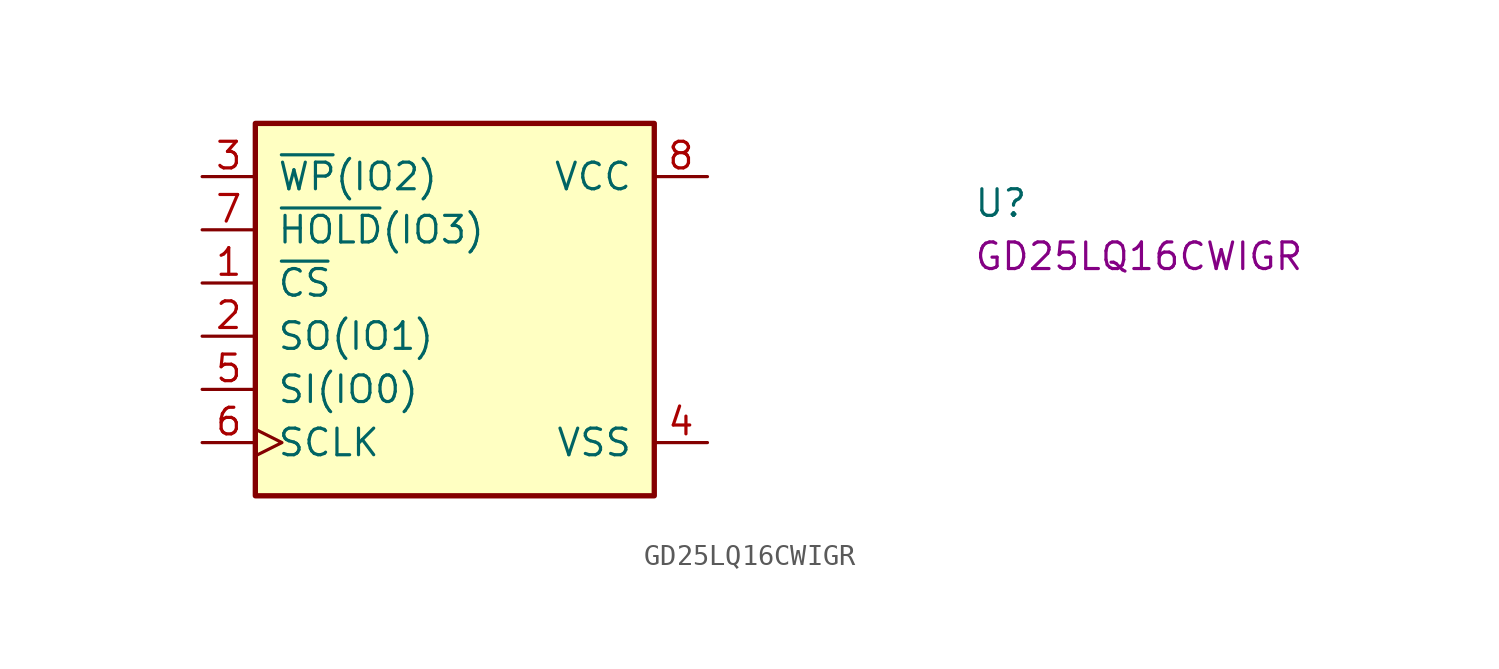
<source format=kicad_sym>
(kicad_symbol_lib
  (version 20220914)
  (generator kicad_symbol_editor)
  (symbol "GD25LQ16CWIGR"
    (pin_names
      (offset 1.016))
    (property "Reference" "U"
      (at 36.83 -1.27 0)
      (effects (font (size 1.27 1.27)) (justify left)))
    (property "MPN" "GD25LQ16CWIGR"
      (at 36.83 -3.81 0)
      (effects (font (size 1.27 1.27)) (justify left)))
    (symbol "GD25LQ16CWIGR_1_1"
      (rectangle (start 2.54 2.54) (end 21.59 -15.24) (stroke (width 0.254) (type default)) (fill (type background)))
      (pin input line (at 0 -5.08 0) (length 2.54) (name "~{CS}" (effects (font (size 1.27 1.27)))) (number "1" (effects (font (size 1.27 1.27)))))
      (pin output line (at 0 -7.62 0) (length 2.54) (name "SO(IO1)" (effects (font (size 1.27 1.27)))) (number "2" (effects (font (size 1.27 1.27)))))
      (pin input line (at 0 0 0) (length 2.54) (name "~{WP}(IO2)" (effects (font (size 1.27 1.27)))) (number "3" (effects (font (size 1.27 1.27)))))
      (pin power_in line (at 24.13 -12.7 180) (length 2.54) (name "VSS" (effects (font (size 1.27 1.27)))) (number "4" (effects (font (size 1.27 1.27)))))
      (pin input line (at 0 -10.16 0) (length 2.54) (name "SI(IO0)" (effects (font (size 1.27 1.27)))) (number "5" (effects (font (size 1.27 1.27)))))
      (pin input clock (at 0 -12.7 0) (length 2.54) (name "SCLK" (effects (font (size 1.27 1.27)))) (number "6" (effects (font (size 1.27 1.27)))))
      (pin input line (at 0 -2.54 0) (length 2.54) (name "~{HOLD}(IO3)" (effects (font (size 1.27 1.27)))) (number "7" (effects (font (size 1.27 1.27)))))
      (pin power_in line (at 24.13 0 180) (length 2.54) (name "VCC" (effects (font (size 1.27 1.27)))) (number "8" (effects (font (size 1.27 1.27)))))
      (pin no_connect line (at 21.59 -2.54 180) (length 2.54) hide (name "NC" (effects (font (size 1.27 1.27)))) (number "9" (effects (font (size 1.27 1.27))))))))
</source>
